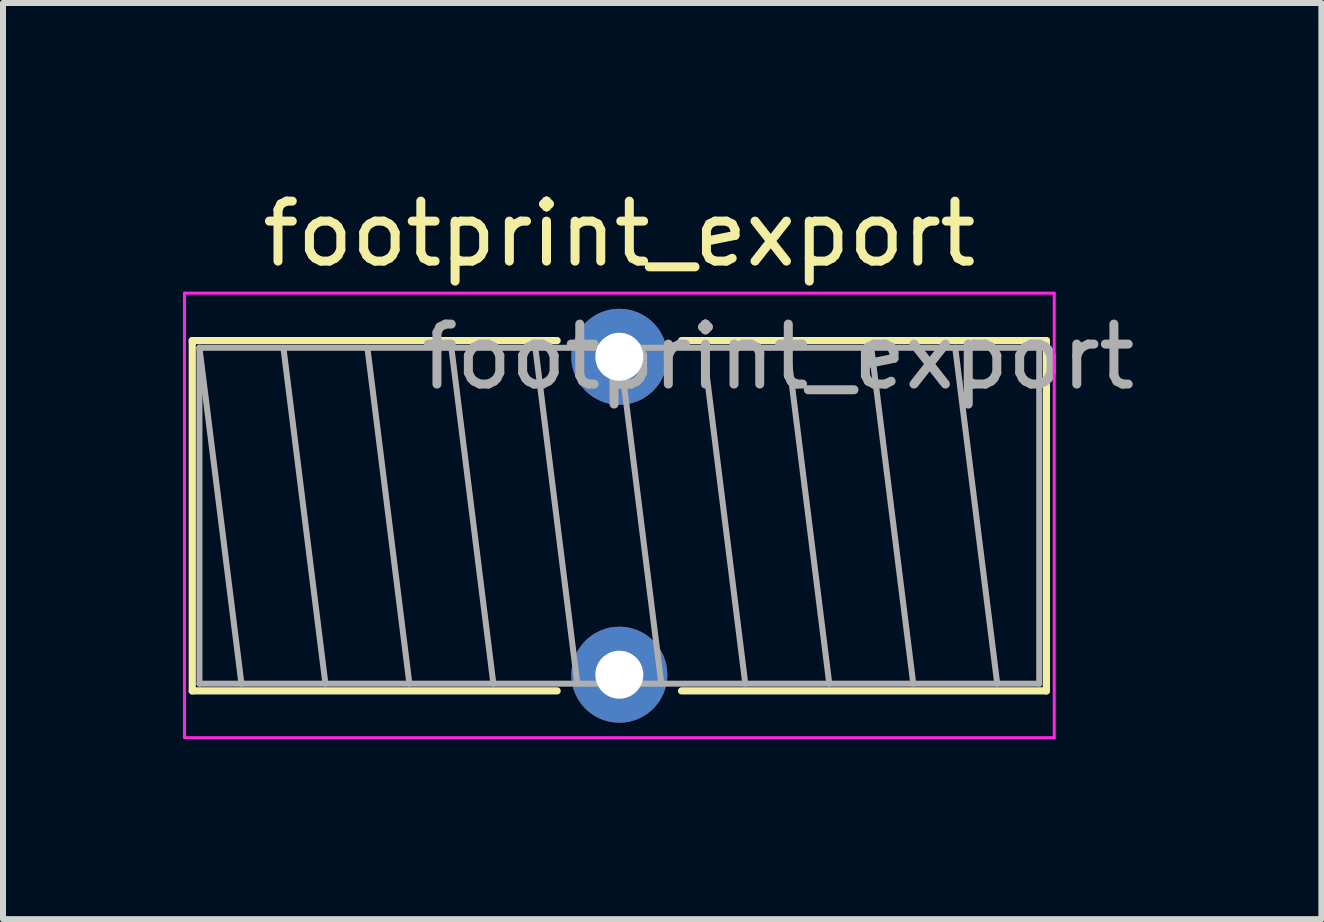
<source format=kicad_pcb>
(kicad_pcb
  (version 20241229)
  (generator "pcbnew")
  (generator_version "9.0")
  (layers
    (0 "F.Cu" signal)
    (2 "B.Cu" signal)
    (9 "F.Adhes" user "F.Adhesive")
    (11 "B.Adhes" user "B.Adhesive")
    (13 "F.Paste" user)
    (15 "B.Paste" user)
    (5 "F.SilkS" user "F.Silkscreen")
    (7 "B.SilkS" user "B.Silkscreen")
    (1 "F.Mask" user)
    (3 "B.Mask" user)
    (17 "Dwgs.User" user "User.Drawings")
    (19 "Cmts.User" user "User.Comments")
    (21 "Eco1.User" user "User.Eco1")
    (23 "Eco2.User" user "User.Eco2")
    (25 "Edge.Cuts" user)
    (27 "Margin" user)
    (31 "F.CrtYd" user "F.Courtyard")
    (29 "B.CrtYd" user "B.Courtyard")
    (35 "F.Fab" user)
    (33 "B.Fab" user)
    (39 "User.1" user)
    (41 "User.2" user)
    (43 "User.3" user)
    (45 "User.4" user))
  (footprint "footprint_export"
    (layer "F.Cu")
    (at 7.275 2.898)
    (property "Reference" "footprint_export" (at 0 -2.05 0) (layer "F.SilkS") (effects (font (size 1 1) (thickness 0.15))))
    (attr through_hole)
    (fp_line (start -7.12 -0.27) (end -7.12 5.57) (stroke (width 0.12) (type solid)) (layer "F.SilkS"))
    (fp_line (start -7.12 -0.27) (end -1.037 -0.27) (stroke (width 0.12) (type solid)) (layer "F.SilkS"))
    (fp_line (start -7.12 5.57) (end -1.037 5.57) (stroke (width 0.12) (type solid)) (layer "F.SilkS"))
    (fp_line (start 1.037 -0.27) (end 7.12 -0.27) (stroke (width 0.12) (type solid)) (layer "F.SilkS"))
    (fp_line (start 1.037 5.57) (end 7.12 5.57) (stroke (width 0.12) (type solid)) (layer "F.SilkS"))
    (fp_line (start 7.12 -0.27) (end 7.12 5.57) (stroke (width 0.12) (type solid)) (layer "F.SilkS"))
    (fp_line (start -7.25 -1.06) (end -7.25 6.35) (stroke (width 0.05) (type solid)) (layer "F.CrtYd"))
    (fp_line (start -7.25 6.35) (end 7.25 6.35) (stroke (width 0.05) (type solid)) (layer "F.CrtYd"))
    (fp_line (start 7.25 -1.06) (end -7.25 -1.06) (stroke (width 0.05) (type solid)) (layer "F.CrtYd"))
    (fp_line (start 7.25 6.35) (end 7.25 -1.06) (stroke (width 0.05) (type solid)) (layer "F.CrtYd"))
    (fp_line (start -7 -0.15) (end -7 5.45) (stroke (width 0.1) (type solid)) (layer "F.Fab"))
    (fp_line (start -7 -0.15) (end -6.3 5.45) (stroke (width 0.1) (type solid)) (layer "F.Fab"))
    (fp_line (start -7 5.45) (end 7 5.45) (stroke (width 0.1) (type solid)) (layer "F.Fab"))
    (fp_line (start -5.6 -0.15) (end -4.9 5.45) (stroke (width 0.1) (type solid)) (layer "F.Fab"))
    (fp_line (start -4.2 -0.15) (end -3.5 5.45) (stroke (width 0.1) (type solid)) (layer "F.Fab"))
    (fp_line (start -2.8 -0.15) (end -2.1 5.45) (stroke (width 0.1) (type solid)) (layer "F.Fab"))
    (fp_line (start -1.4 -0.15) (end -0.7 5.45) (stroke (width 0.1) (type solid)) (layer "F.Fab"))
    (fp_line (start 0 -0.15) (end 0.7 5.45) (stroke (width 0.1) (type solid)) (layer "F.Fab"))
    (fp_line (start 1.4 -0.15) (end 2.1 5.45) (stroke (width 0.1) (type solid)) (layer "F.Fab"))
    (fp_line (start 2.8 -0.15) (end 3.5 5.45) (stroke (width 0.1) (type solid)) (layer "F.Fab"))
    (fp_line (start 4.2 -0.15) (end 4.9 5.45) (stroke (width 0.1) (type solid)) (layer "F.Fab"))
    (fp_line (start 5.6 -0.15) (end 6.3 5.45) (stroke (width 0.1) (type solid)) (layer "F.Fab"))
    (fp_line (start 7 -0.15) (end -7 -0.15) (stroke (width 0.1) (type solid)) (layer "F.Fab"))
    (fp_line (start 7 5.45) (end 7 -0.15) (stroke (width 0.1) (type solid)) (layer "F.Fab"))
    (fp_text user "${REFERENCE}" (at 2.65 0 0) (layer "F.Fab") (effects (font (size 1 1) (thickness 0.15))))
    (pad "1" thru_hole circle (at 0 0) (size 1.6 1.6) (drill 0.8) (layers "*.Cu" "*.Mask"))
    (pad "2" thru_hole circle (at 0 5.3) (size 1.6 1.6) (drill 0.8) (layers "*.Cu" "*.Mask")))
  (gr_rect
    (start -3 -3)
    (end 18.979 12.273)
    (stroke (width 0.1) (type default))
    (fill no)
    (layer "Edge.Cuts")))
</source>
